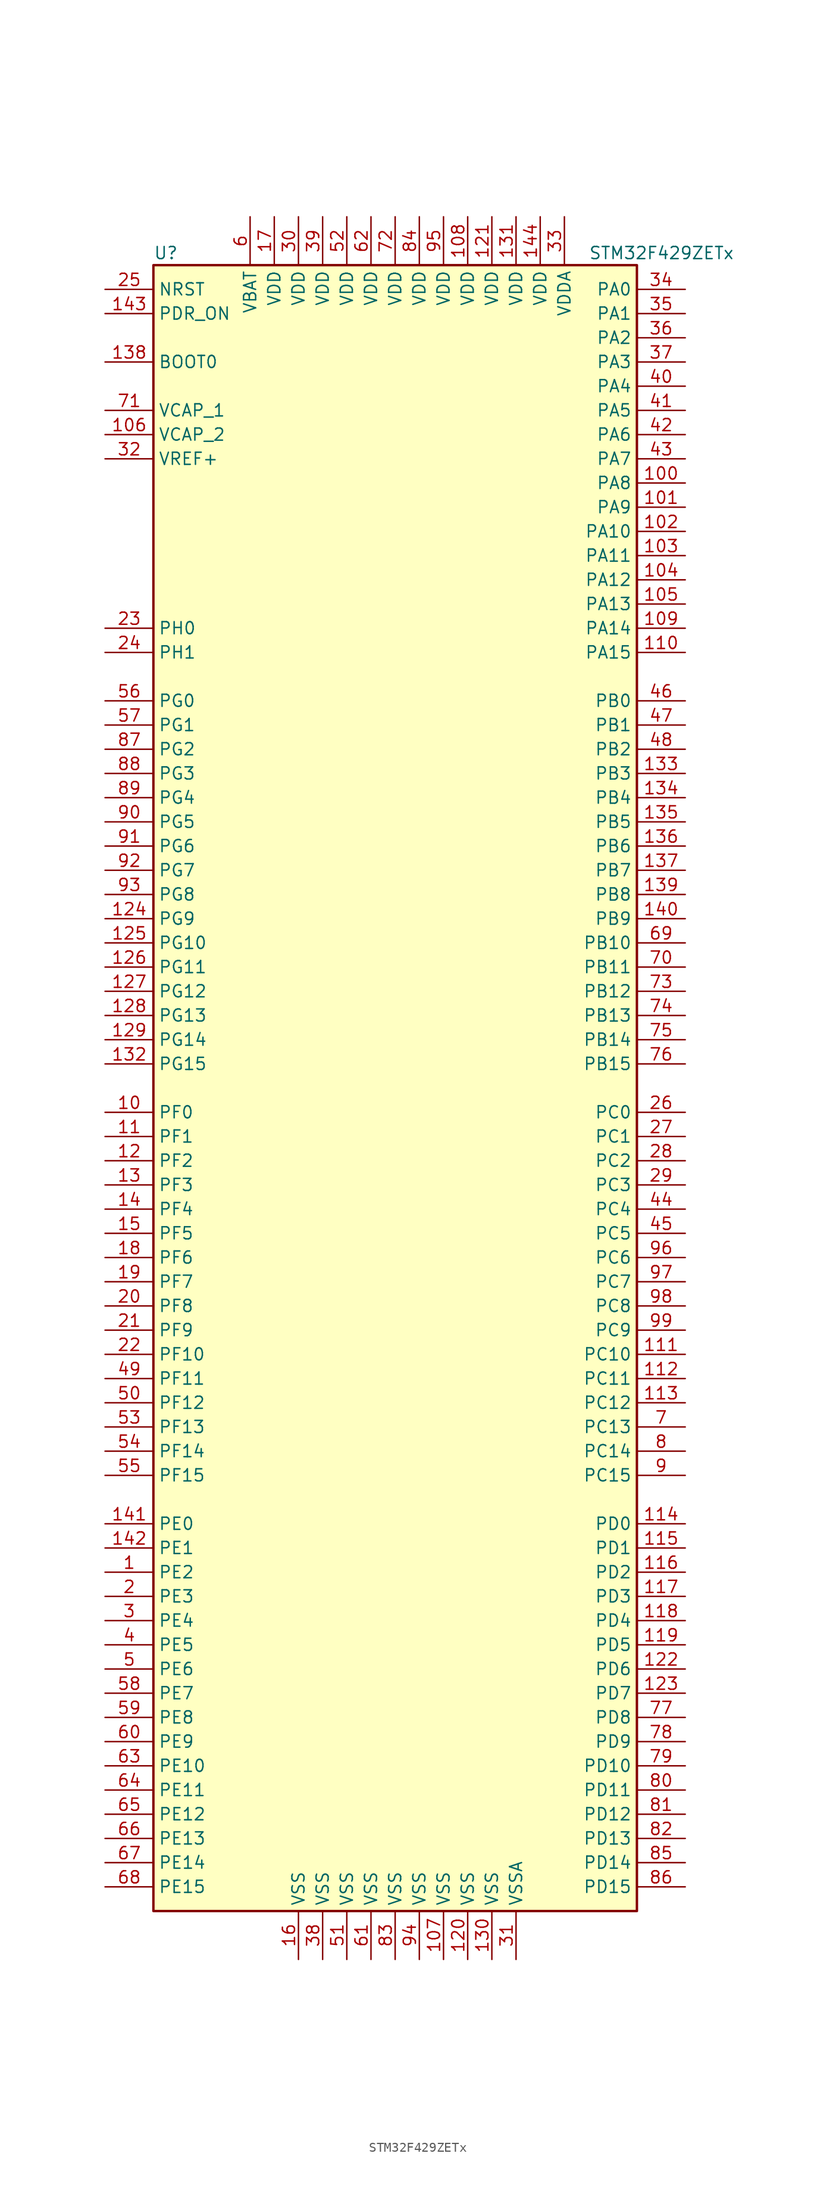
<source format=kicad_sym>
(kicad_symbol_lib
  (version 20201005)
  (generator kicad_symbol_editor)
  (symbol "STM32F429ZETx"
    (property "Reference" "U"
      (at -25.4 87.63 0)
      (effects (font (size 1.27 1.27)) (justify left)))
    (property "Value" "STM32F429ZETx"
      (at 20.32 87.63 0)
      (effects (font (size 1.27 1.27)) (justify left)))
    (symbol "STM32F429ZETx_0_1"
      (rectangle (start -25.4 -86.36) (end 25.4 86.36) (stroke (width 0.254)) (fill (type background))))
    (symbol "STM32F429ZETx_1_1"
      (pin bidirectional line (at -30.48 -50.8 0) (length 5.08) (name "PE2" (effects (font (size 1.27 1.27)))) (number "1" (effects (font (size 1.27 1.27)))))
      (pin bidirectional line (at -30.48 -2.54 0) (length 5.08) (name "PF0" (effects (font (size 1.27 1.27)))) (number "10" (effects (font (size 1.27 1.27)))))
      (pin bidirectional line (at 30.48 63.5 180) (length 5.08) (name "PA8" (effects (font (size 1.27 1.27)))) (number "100" (effects (font (size 1.27 1.27)))))
      (pin bidirectional line (at 30.48 60.96 180) (length 5.08) (name "PA9" (effects (font (size 1.27 1.27)))) (number "101" (effects (font (size 1.27 1.27)))))
      (pin bidirectional line (at 30.48 58.42 180) (length 5.08) (name "PA10" (effects (font (size 1.27 1.27)))) (number "102" (effects (font (size 1.27 1.27)))))
      (pin bidirectional line (at 30.48 55.88 180) (length 5.08) (name "PA11" (effects (font (size 1.27 1.27)))) (number "103" (effects (font (size 1.27 1.27)))))
      (pin bidirectional line (at 30.48 53.34 180) (length 5.08) (name "PA12" (effects (font (size 1.27 1.27)))) (number "104" (effects (font (size 1.27 1.27)))))
      (pin bidirectional line (at 30.48 50.8 180) (length 5.08) (name "PA13" (effects (font (size 1.27 1.27)))) (number "105" (effects (font (size 1.27 1.27)))))
      (pin power_in line (at -30.48 68.58 0) (length 5.08) (name "VCAP_2" (effects (font (size 1.27 1.27)))) (number "106" (effects (font (size 1.27 1.27)))))
      (pin power_in line (at 5.08 -91.44 90) (length 5.08) (name "VSS" (effects (font (size 1.27 1.27)))) (number "107" (effects (font (size 1.27 1.27)))))
      (pin power_in line (at 7.62 91.44 270) (length 5.08) (name "VDD" (effects (font (size 1.27 1.27)))) (number "108" (effects (font (size 1.27 1.27)))))
      (pin bidirectional line (at 30.48 48.26 180) (length 5.08) (name "PA14" (effects (font (size 1.27 1.27)))) (number "109" (effects (font (size 1.27 1.27)))))
      (pin bidirectional line (at -30.48 -5.08 0) (length 5.08) (name "PF1" (effects (font (size 1.27 1.27)))) (number "11" (effects (font (size 1.27 1.27)))))
      (pin bidirectional line (at 30.48 45.72 180) (length 5.08) (name "PA15" (effects (font (size 1.27 1.27)))) (number "110" (effects (font (size 1.27 1.27)))))
      (pin bidirectional line (at 30.48 -27.94 180) (length 5.08) (name "PC10" (effects (font (size 1.27 1.27)))) (number "111" (effects (font (size 1.27 1.27)))))
      (pin bidirectional line (at 30.48 -30.48 180) (length 5.08) (name "PC11" (effects (font (size 1.27 1.27)))) (number "112" (effects (font (size 1.27 1.27)))))
      (pin bidirectional line (at 30.48 -33.02 180) (length 5.08) (name "PC12" (effects (font (size 1.27 1.27)))) (number "113" (effects (font (size 1.27 1.27)))))
      (pin bidirectional line (at 30.48 -45.72 180) (length 5.08) (name "PD0" (effects (font (size 1.27 1.27)))) (number "114" (effects (font (size 1.27 1.27)))))
      (pin bidirectional line (at 30.48 -48.26 180) (length 5.08) (name "PD1" (effects (font (size 1.27 1.27)))) (number "115" (effects (font (size 1.27 1.27)))))
      (pin bidirectional line (at 30.48 -50.8 180) (length 5.08) (name "PD2" (effects (font (size 1.27 1.27)))) (number "116" (effects (font (size 1.27 1.27)))))
      (pin bidirectional line (at 30.48 -53.34 180) (length 5.08) (name "PD3" (effects (font (size 1.27 1.27)))) (number "117" (effects (font (size 1.27 1.27)))))
      (pin bidirectional line (at 30.48 -55.88 180) (length 5.08) (name "PD4" (effects (font (size 1.27 1.27)))) (number "118" (effects (font (size 1.27 1.27)))))
      (pin bidirectional line (at 30.48 -58.42 180) (length 5.08) (name "PD5" (effects (font (size 1.27 1.27)))) (number "119" (effects (font (size 1.27 1.27)))))
      (pin bidirectional line (at -30.48 -7.62 0) (length 5.08) (name "PF2" (effects (font (size 1.27 1.27)))) (number "12" (effects (font (size 1.27 1.27)))))
      (pin power_in line (at 7.62 -91.44 90) (length 5.08) (name "VSS" (effects (font (size 1.27 1.27)))) (number "120" (effects (font (size 1.27 1.27)))))
      (pin power_in line (at 10.16 91.44 270) (length 5.08) (name "VDD" (effects (font (size 1.27 1.27)))) (number "121" (effects (font (size 1.27 1.27)))))
      (pin bidirectional line (at 30.48 -60.96 180) (length 5.08) (name "PD6" (effects (font (size 1.27 1.27)))) (number "122" (effects (font (size 1.27 1.27)))))
      (pin bidirectional line (at 30.48 -63.5 180) (length 5.08) (name "PD7" (effects (font (size 1.27 1.27)))) (number "123" (effects (font (size 1.27 1.27)))))
      (pin bidirectional line (at -30.48 17.78 0) (length 5.08) (name "PG9" (effects (font (size 1.27 1.27)))) (number "124" (effects (font (size 1.27 1.27)))))
      (pin bidirectional line (at -30.48 15.24 0) (length 5.08) (name "PG10" (effects (font (size 1.27 1.27)))) (number "125" (effects (font (size 1.27 1.27)))))
      (pin bidirectional line (at -30.48 12.7 0) (length 5.08) (name "PG11" (effects (font (size 1.27 1.27)))) (number "126" (effects (font (size 1.27 1.27)))))
      (pin bidirectional line (at -30.48 10.16 0) (length 5.08) (name "PG12" (effects (font (size 1.27 1.27)))) (number "127" (effects (font (size 1.27 1.27)))))
      (pin bidirectional line (at -30.48 7.62 0) (length 5.08) (name "PG13" (effects (font (size 1.27 1.27)))) (number "128" (effects (font (size 1.27 1.27)))))
      (pin bidirectional line (at -30.48 5.08 0) (length 5.08) (name "PG14" (effects (font (size 1.27 1.27)))) (number "129" (effects (font (size 1.27 1.27)))))
      (pin bidirectional line (at -30.48 -10.16 0) (length 5.08) (name "PF3" (effects (font (size 1.27 1.27)))) (number "13" (effects (font (size 1.27 1.27)))))
      (pin power_in line (at 10.16 -91.44 90) (length 5.08) (name "VSS" (effects (font (size 1.27 1.27)))) (number "130" (effects (font (size 1.27 1.27)))))
      (pin power_in line (at 12.7 91.44 270) (length 5.08) (name "VDD" (effects (font (size 1.27 1.27)))) (number "131" (effects (font (size 1.27 1.27)))))
      (pin bidirectional line (at -30.48 2.54 0) (length 5.08) (name "PG15" (effects (font (size 1.27 1.27)))) (number "132" (effects (font (size 1.27 1.27)))))
      (pin bidirectional line (at 30.48 33.02 180) (length 5.08) (name "PB3" (effects (font (size 1.27 1.27)))) (number "133" (effects (font (size 1.27 1.27)))))
      (pin bidirectional line (at 30.48 30.48 180) (length 5.08) (name "PB4" (effects (font (size 1.27 1.27)))) (number "134" (effects (font (size 1.27 1.27)))))
      (pin bidirectional line (at 30.48 27.94 180) (length 5.08) (name "PB5" (effects (font (size 1.27 1.27)))) (number "135" (effects (font (size 1.27 1.27)))))
      (pin bidirectional line (at 30.48 25.4 180) (length 5.08) (name "PB6" (effects (font (size 1.27 1.27)))) (number "136" (effects (font (size 1.27 1.27)))))
      (pin bidirectional line (at 30.48 22.86 180) (length 5.08) (name "PB7" (effects (font (size 1.27 1.27)))) (number "137" (effects (font (size 1.27 1.27)))))
      (pin input line (at -30.48 76.2 0) (length 5.08) (name "BOOT0" (effects (font (size 1.27 1.27)))) (number "138" (effects (font (size 1.27 1.27)))))
      (pin bidirectional line (at 30.48 20.32 180) (length 5.08) (name "PB8" (effects (font (size 1.27 1.27)))) (number "139" (effects (font (size 1.27 1.27)))))
      (pin bidirectional line (at -30.48 -12.7 0) (length 5.08) (name "PF4" (effects (font (size 1.27 1.27)))) (number "14" (effects (font (size 1.27 1.27)))))
      (pin bidirectional line (at 30.48 17.78 180) (length 5.08) (name "PB9" (effects (font (size 1.27 1.27)))) (number "140" (effects (font (size 1.27 1.27)))))
      (pin bidirectional line (at -30.48 -45.72 0) (length 5.08) (name "PE0" (effects (font (size 1.27 1.27)))) (number "141" (effects (font (size 1.27 1.27)))))
      (pin bidirectional line (at -30.48 -48.26 0) (length 5.08) (name "PE1" (effects (font (size 1.27 1.27)))) (number "142" (effects (font (size 1.27 1.27)))))
      (pin input line (at -30.48 81.28 0) (length 5.08) (name "PDR_ON" (effects (font (size 1.27 1.27)))) (number "143" (effects (font (size 1.27 1.27)))))
      (pin power_in line (at 15.24 91.44 270) (length 5.08) (name "VDD" (effects (font (size 1.27 1.27)))) (number "144" (effects (font (size 1.27 1.27)))))
      (pin bidirectional line (at -30.48 -15.24 0) (length 5.08) (name "PF5" (effects (font (size 1.27 1.27)))) (number "15" (effects (font (size 1.27 1.27)))))
      (pin power_in line (at -10.16 -91.44 90) (length 5.08) (name "VSS" (effects (font (size 1.27 1.27)))) (number "16" (effects (font (size 1.27 1.27)))))
      (pin power_in line (at -12.7 91.44 270) (length 5.08) (name "VDD" (effects (font (size 1.27 1.27)))) (number "17" (effects (font (size 1.27 1.27)))))
      (pin bidirectional line (at -30.48 -17.78 0) (length 5.08) (name "PF6" (effects (font (size 1.27 1.27)))) (number "18" (effects (font (size 1.27 1.27)))))
      (pin bidirectional line (at -30.48 -20.32 0) (length 5.08) (name "PF7" (effects (font (size 1.27 1.27)))) (number "19" (effects (font (size 1.27 1.27)))))
      (pin bidirectional line (at -30.48 -53.34 0) (length 5.08) (name "PE3" (effects (font (size 1.27 1.27)))) (number "2" (effects (font (size 1.27 1.27)))))
      (pin bidirectional line (at -30.48 -22.86 0) (length 5.08) (name "PF8" (effects (font (size 1.27 1.27)))) (number "20" (effects (font (size 1.27 1.27)))))
      (pin bidirectional line (at -30.48 -25.4 0) (length 5.08) (name "PF9" (effects (font (size 1.27 1.27)))) (number "21" (effects (font (size 1.27 1.27)))))
      (pin bidirectional line (at -30.48 -27.94 0) (length 5.08) (name "PF10" (effects (font (size 1.27 1.27)))) (number "22" (effects (font (size 1.27 1.27)))))
      (pin input line (at -30.48 48.26 0) (length 5.08) (name "PH0" (effects (font (size 1.27 1.27)))) (number "23" (effects (font (size 1.27 1.27)))))
      (pin input line (at -30.48 45.72 0) (length 5.08) (name "PH1" (effects (font (size 1.27 1.27)))) (number "24" (effects (font (size 1.27 1.27)))))
      (pin input line (at -30.48 83.82 0) (length 5.08) (name "NRST" (effects (font (size 1.27 1.27)))) (number "25" (effects (font (size 1.27 1.27)))))
      (pin bidirectional line (at 30.48 -2.54 180) (length 5.08) (name "PC0" (effects (font (size 1.27 1.27)))) (number "26" (effects (font (size 1.27 1.27)))))
      (pin bidirectional line (at 30.48 -5.08 180) (length 5.08) (name "PC1" (effects (font (size 1.27 1.27)))) (number "27" (effects (font (size 1.27 1.27)))))
      (pin bidirectional line (at 30.48 -7.62 180) (length 5.08) (name "PC2" (effects (font (size 1.27 1.27)))) (number "28" (effects (font (size 1.27 1.27)))))
      (pin bidirectional line (at 30.48 -10.16 180) (length 5.08) (name "PC3" (effects (font (size 1.27 1.27)))) (number "29" (effects (font (size 1.27 1.27)))))
      (pin bidirectional line (at -30.48 -55.88 0) (length 5.08) (name "PE4" (effects (font (size 1.27 1.27)))) (number "3" (effects (font (size 1.27 1.27)))))
      (pin power_in line (at -10.16 91.44 270) (length 5.08) (name "VDD" (effects (font (size 1.27 1.27)))) (number "30" (effects (font (size 1.27 1.27)))))
      (pin power_in line (at 12.7 -91.44 90) (length 5.08) (name "VSSA" (effects (font (size 1.27 1.27)))) (number "31" (effects (font (size 1.27 1.27)))))
      (pin power_in line (at -30.48 66.04 0) (length 5.08) (name "VREF+" (effects (font (size 1.27 1.27)))) (number "32" (effects (font (size 1.27 1.27)))))
      (pin power_in line (at 17.78 91.44 270) (length 5.08) (name "VDDA" (effects (font (size 1.27 1.27)))) (number "33" (effects (font (size 1.27 1.27)))))
      (pin bidirectional line (at 30.48 83.82 180) (length 5.08) (name "PA0" (effects (font (size 1.27 1.27)))) (number "34" (effects (font (size 1.27 1.27)))))
      (pin bidirectional line (at 30.48 81.28 180) (length 5.08) (name "PA1" (effects (font (size 1.27 1.27)))) (number "35" (effects (font (size 1.27 1.27)))))
      (pin bidirectional line (at 30.48 78.74 180) (length 5.08) (name "PA2" (effects (font (size 1.27 1.27)))) (number "36" (effects (font (size 1.27 1.27)))))
      (pin bidirectional line (at 30.48 76.2 180) (length 5.08) (name "PA3" (effects (font (size 1.27 1.27)))) (number "37" (effects (font (size 1.27 1.27)))))
      (pin power_in line (at -7.62 -91.44 90) (length 5.08) (name "VSS" (effects (font (size 1.27 1.27)))) (number "38" (effects (font (size 1.27 1.27)))))
      (pin power_in line (at -7.62 91.44 270) (length 5.08) (name "VDD" (effects (font (size 1.27 1.27)))) (number "39" (effects (font (size 1.27 1.27)))))
      (pin bidirectional line (at -30.48 -58.42 0) (length 5.08) (name "PE5" (effects (font (size 1.27 1.27)))) (number "4" (effects (font (size 1.27 1.27)))))
      (pin bidirectional line (at 30.48 73.66 180) (length 5.08) (name "PA4" (effects (font (size 1.27 1.27)))) (number "40" (effects (font (size 1.27 1.27)))))
      (pin bidirectional line (at 30.48 71.12 180) (length 5.08) (name "PA5" (effects (font (size 1.27 1.27)))) (number "41" (effects (font (size 1.27 1.27)))))
      (pin bidirectional line (at 30.48 68.58 180) (length 5.08) (name "PA6" (effects (font (size 1.27 1.27)))) (number "42" (effects (font (size 1.27 1.27)))))
      (pin bidirectional line (at 30.48 66.04 180) (length 5.08) (name "PA7" (effects (font (size 1.27 1.27)))) (number "43" (effects (font (size 1.27 1.27)))))
      (pin bidirectional line (at 30.48 -12.7 180) (length 5.08) (name "PC4" (effects (font (size 1.27 1.27)))) (number "44" (effects (font (size 1.27 1.27)))))
      (pin bidirectional line (at 30.48 -15.24 180) (length 5.08) (name "PC5" (effects (font (size 1.27 1.27)))) (number "45" (effects (font (size 1.27 1.27)))))
      (pin bidirectional line (at 30.48 40.64 180) (length 5.08) (name "PB0" (effects (font (size 1.27 1.27)))) (number "46" (effects (font (size 1.27 1.27)))))
      (pin bidirectional line (at 30.48 38.1 180) (length 5.08) (name "PB1" (effects (font (size 1.27 1.27)))) (number "47" (effects (font (size 1.27 1.27)))))
      (pin bidirectional line (at 30.48 35.56 180) (length 5.08) (name "PB2" (effects (font (size 1.27 1.27)))) (number "48" (effects (font (size 1.27 1.27)))))
      (pin bidirectional line (at -30.48 -30.48 0) (length 5.08) (name "PF11" (effects (font (size 1.27 1.27)))) (number "49" (effects (font (size 1.27 1.27)))))
      (pin bidirectional line (at -30.48 -60.96 0) (length 5.08) (name "PE6" (effects (font (size 1.27 1.27)))) (number "5" (effects (font (size 1.27 1.27)))))
      (pin bidirectional line (at -30.48 -33.02 0) (length 5.08) (name "PF12" (effects (font (size 1.27 1.27)))) (number "50" (effects (font (size 1.27 1.27)))))
      (pin power_in line (at -5.08 -91.44 90) (length 5.08) (name "VSS" (effects (font (size 1.27 1.27)))) (number "51" (effects (font (size 1.27 1.27)))))
      (pin power_in line (at -5.08 91.44 270) (length 5.08) (name "VDD" (effects (font (size 1.27 1.27)))) (number "52" (effects (font (size 1.27 1.27)))))
      (pin bidirectional line (at -30.48 -35.56 0) (length 5.08) (name "PF13" (effects (font (size 1.27 1.27)))) (number "53" (effects (font (size 1.27 1.27)))))
      (pin bidirectional line (at -30.48 -38.1 0) (length 5.08) (name "PF14" (effects (font (size 1.27 1.27)))) (number "54" (effects (font (size 1.27 1.27)))))
      (pin bidirectional line (at -30.48 -40.64 0) (length 5.08) (name "PF15" (effects (font (size 1.27 1.27)))) (number "55" (effects (font (size 1.27 1.27)))))
      (pin bidirectional line (at -30.48 40.64 0) (length 5.08) (name "PG0" (effects (font (size 1.27 1.27)))) (number "56" (effects (font (size 1.27 1.27)))))
      (pin bidirectional line (at -30.48 38.1 0) (length 5.08) (name "PG1" (effects (font (size 1.27 1.27)))) (number "57" (effects (font (size 1.27 1.27)))))
      (pin bidirectional line (at -30.48 -63.5 0) (length 5.08) (name "PE7" (effects (font (size 1.27 1.27)))) (number "58" (effects (font (size 1.27 1.27)))))
      (pin bidirectional line (at -30.48 -66.04 0) (length 5.08) (name "PE8" (effects (font (size 1.27 1.27)))) (number "59" (effects (font (size 1.27 1.27)))))
      (pin power_in line (at -15.24 91.44 270) (length 5.08) (name "VBAT" (effects (font (size 1.27 1.27)))) (number "6" (effects (font (size 1.27 1.27)))))
      (pin bidirectional line (at -30.48 -68.58 0) (length 5.08) (name "PE9" (effects (font (size 1.27 1.27)))) (number "60" (effects (font (size 1.27 1.27)))))
      (pin power_in line (at -2.54 -91.44 90) (length 5.08) (name "VSS" (effects (font (size 1.27 1.27)))) (number "61" (effects (font (size 1.27 1.27)))))
      (pin power_in line (at -2.54 91.44 270) (length 5.08) (name "VDD" (effects (font (size 1.27 1.27)))) (number "62" (effects (font (size 1.27 1.27)))))
      (pin bidirectional line (at -30.48 -71.12 0) (length 5.08) (name "PE10" (effects (font (size 1.27 1.27)))) (number "63" (effects (font (size 1.27 1.27)))))
      (pin bidirectional line (at -30.48 -73.66 0) (length 5.08) (name "PE11" (effects (font (size 1.27 1.27)))) (number "64" (effects (font (size 1.27 1.27)))))
      (pin bidirectional line (at -30.48 -76.2 0) (length 5.08) (name "PE12" (effects (font (size 1.27 1.27)))) (number "65" (effects (font (size 1.27 1.27)))))
      (pin bidirectional line (at -30.48 -78.74 0) (length 5.08) (name "PE13" (effects (font (size 1.27 1.27)))) (number "66" (effects (font (size 1.27 1.27)))))
      (pin bidirectional line (at -30.48 -81.28 0) (length 5.08) (name "PE14" (effects (font (size 1.27 1.27)))) (number "67" (effects (font (size 1.27 1.27)))))
      (pin bidirectional line (at -30.48 -83.82 0) (length 5.08) (name "PE15" (effects (font (size 1.27 1.27)))) (number "68" (effects (font (size 1.27 1.27)))))
      (pin bidirectional line (at 30.48 15.24 180) (length 5.08) (name "PB10" (effects (font (size 1.27 1.27)))) (number "69" (effects (font (size 1.27 1.27)))))
      (pin bidirectional line (at 30.48 -35.56 180) (length 5.08) (name "PC13" (effects (font (size 1.27 1.27)))) (number "7" (effects (font (size 1.27 1.27)))))
      (pin bidirectional line (at 30.48 12.7 180) (length 5.08) (name "PB11" (effects (font (size 1.27 1.27)))) (number "70" (effects (font (size 1.27 1.27)))))
      (pin power_in line (at -30.48 71.12 0) (length 5.08) (name "VCAP_1" (effects (font (size 1.27 1.27)))) (number "71" (effects (font (size 1.27 1.27)))))
      (pin power_in line (at 0 91.44 270) (length 5.08) (name "VDD" (effects (font (size 1.27 1.27)))) (number "72" (effects (font (size 1.27 1.27)))))
      (pin bidirectional line (at 30.48 10.16 180) (length 5.08) (name "PB12" (effects (font (size 1.27 1.27)))) (number "73" (effects (font (size 1.27 1.27)))))
      (pin bidirectional line (at 30.48 7.62 180) (length 5.08) (name "PB13" (effects (font (size 1.27 1.27)))) (number "74" (effects (font (size 1.27 1.27)))))
      (pin bidirectional line (at 30.48 5.08 180) (length 5.08) (name "PB14" (effects (font (size 1.27 1.27)))) (number "75" (effects (font (size 1.27 1.27)))))
      (pin bidirectional line (at 30.48 2.54 180) (length 5.08) (name "PB15" (effects (font (size 1.27 1.27)))) (number "76" (effects (font (size 1.27 1.27)))))
      (pin bidirectional line (at 30.48 -66.04 180) (length 5.08) (name "PD8" (effects (font (size 1.27 1.27)))) (number "77" (effects (font (size 1.27 1.27)))))
      (pin bidirectional line (at 30.48 -68.58 180) (length 5.08) (name "PD9" (effects (font (size 1.27 1.27)))) (number "78" (effects (font (size 1.27 1.27)))))
      (pin bidirectional line (at 30.48 -71.12 180) (length 5.08) (name "PD10" (effects (font (size 1.27 1.27)))) (number "79" (effects (font (size 1.27 1.27)))))
      (pin bidirectional line (at 30.48 -38.1 180) (length 5.08) (name "PC14" (effects (font (size 1.27 1.27)))) (number "8" (effects (font (size 1.27 1.27)))))
      (pin bidirectional line (at 30.48 -73.66 180) (length 5.08) (name "PD11" (effects (font (size 1.27 1.27)))) (number "80" (effects (font (size 1.27 1.27)))))
      (pin bidirectional line (at 30.48 -76.2 180) (length 5.08) (name "PD12" (effects (font (size 1.27 1.27)))) (number "81" (effects (font (size 1.27 1.27)))))
      (pin bidirectional line (at 30.48 -78.74 180) (length 5.08) (name "PD13" (effects (font (size 1.27 1.27)))) (number "82" (effects (font (size 1.27 1.27)))))
      (pin power_in line (at 0 -91.44 90) (length 5.08) (name "VSS" (effects (font (size 1.27 1.27)))) (number "83" (effects (font (size 1.27 1.27)))))
      (pin power_in line (at 2.54 91.44 270) (length 5.08) (name "VDD" (effects (font (size 1.27 1.27)))) (number "84" (effects (font (size 1.27 1.27)))))
      (pin bidirectional line (at 30.48 -81.28 180) (length 5.08) (name "PD14" (effects (font (size 1.27 1.27)))) (number "85" (effects (font (size 1.27 1.27)))))
      (pin bidirectional line (at 30.48 -83.82 180) (length 5.08) (name "PD15" (effects (font (size 1.27 1.27)))) (number "86" (effects (font (size 1.27 1.27)))))
      (pin bidirectional line (at -30.48 35.56 0) (length 5.08) (name "PG2" (effects (font (size 1.27 1.27)))) (number "87" (effects (font (size 1.27 1.27)))))
      (pin bidirectional line (at -30.48 33.02 0) (length 5.08) (name "PG3" (effects (font (size 1.27 1.27)))) (number "88" (effects (font (size 1.27 1.27)))))
      (pin bidirectional line (at -30.48 30.48 0) (length 5.08) (name "PG4" (effects (font (size 1.27 1.27)))) (number "89" (effects (font (size 1.27 1.27)))))
      (pin bidirectional line (at 30.48 -40.64 180) (length 5.08) (name "PC15" (effects (font (size 1.27 1.27)))) (number "9" (effects (font (size 1.27 1.27)))))
      (pin bidirectional line (at -30.48 27.94 0) (length 5.08) (name "PG5" (effects (font (size 1.27 1.27)))) (number "90" (effects (font (size 1.27 1.27)))))
      (pin bidirectional line (at -30.48 25.4 0) (length 5.08) (name "PG6" (effects (font (size 1.27 1.27)))) (number "91" (effects (font (size 1.27 1.27)))))
      (pin bidirectional line (at -30.48 22.86 0) (length 5.08) (name "PG7" (effects (font (size 1.27 1.27)))) (number "92" (effects (font (size 1.27 1.27)))))
      (pin bidirectional line (at -30.48 20.32 0) (length 5.08) (name "PG8" (effects (font (size 1.27 1.27)))) (number "93" (effects (font (size 1.27 1.27)))))
      (pin power_in line (at 2.54 -91.44 90) (length 5.08) (name "VSS" (effects (font (size 1.27 1.27)))) (number "94" (effects (font (size 1.27 1.27)))))
      (pin power_in line (at 5.08 91.44 270) (length 5.08) (name "VDD" (effects (font (size 1.27 1.27)))) (number "95" (effects (font (size 1.27 1.27)))))
      (pin bidirectional line (at 30.48 -17.78 180) (length 5.08) (name "PC6" (effects (font (size 1.27 1.27)))) (number "96" (effects (font (size 1.27 1.27)))))
      (pin bidirectional line (at 30.48 -20.32 180) (length 5.08) (name "PC7" (effects (font (size 1.27 1.27)))) (number "97" (effects (font (size 1.27 1.27)))))
      (pin bidirectional line (at 30.48 -22.86 180) (length 5.08) (name "PC8" (effects (font (size 1.27 1.27)))) (number "98" (effects (font (size 1.27 1.27)))))
      (pin bidirectional line (at 30.48 -25.4 180) (length 5.08) (name "PC9" (effects (font (size 1.27 1.27)))) (number "99" (effects (font (size 1.27 1.27))))))))
</source>
